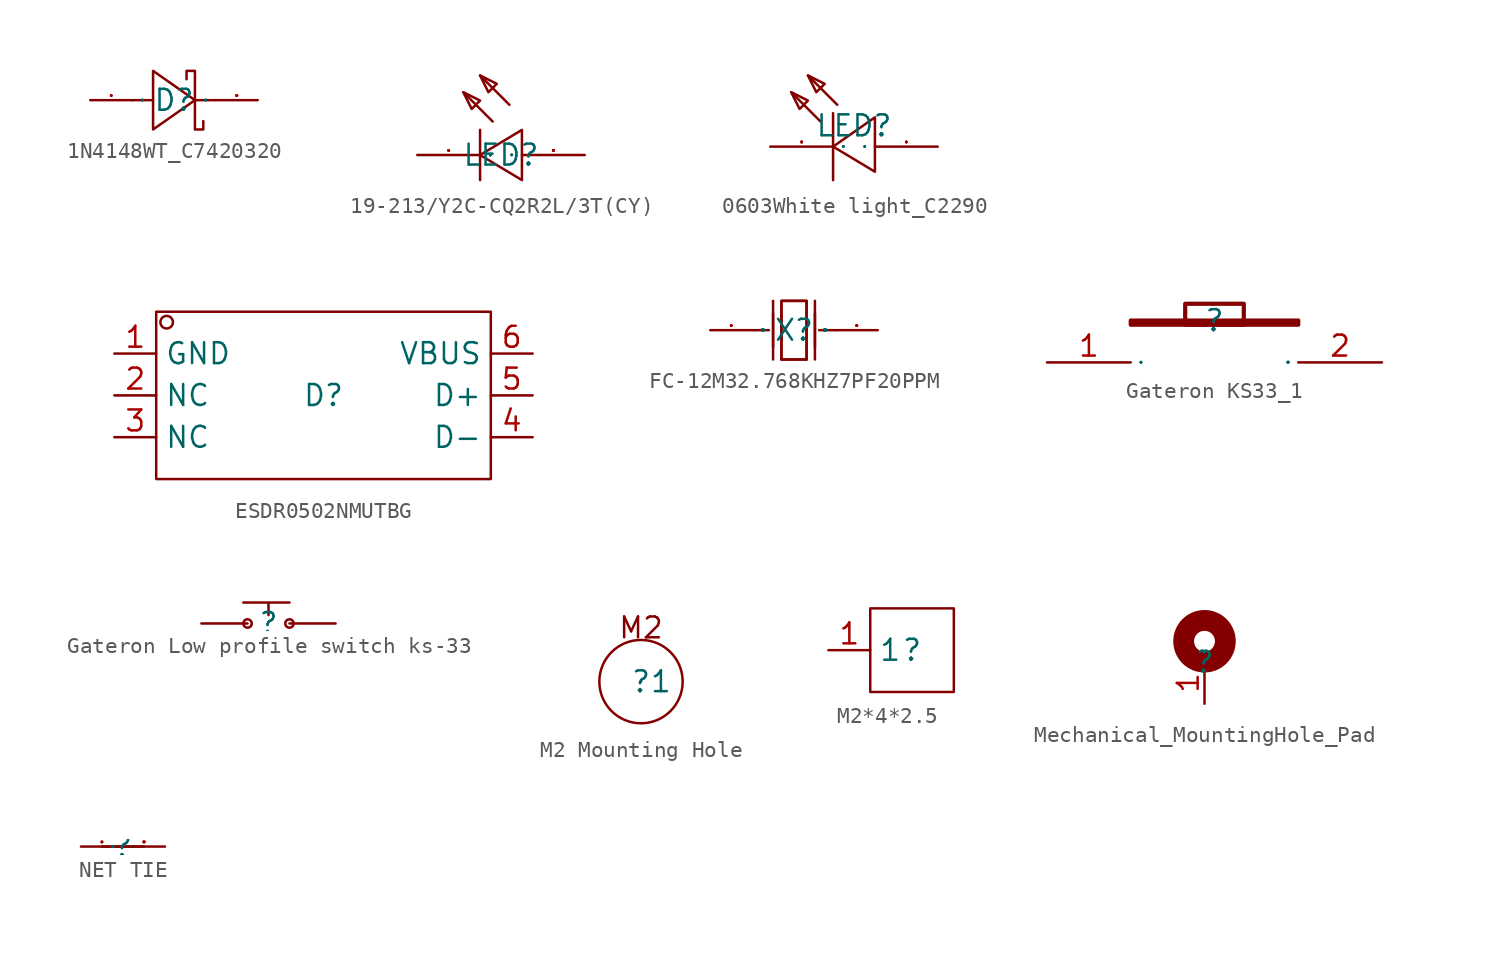
<source format=kicad_sym>
(kicad_symbol_lib
  (version 20241209)
  (generator "kicad_symbol_editor")
  (generator_version "9.0")
  (symbol "1N4148WT_C7420320"
    (property "Reference" "D"
      (at 0 0 0)
      (effects (font (size 1.27 1.27))))
    (property "Value" ""
      (at 0 0 0)
      (effects (font (size 1.27 1.27))))
    (symbol "1N4148WT_C7420320_1_0"
      (polyline (pts (xy -2.54 0) (xy -1.27 0)) (stroke (width 0) (type default)) (fill (type none)))
      (polyline (pts (xy -1.27 -1.778) (xy 1.27 0) (xy 1.27 0) (xy -1.27 1.778) (xy -1.27 1.778) (xy -1.27 -1.778)) (stroke (width 0) (type default)) (fill (type none)))
      (polyline (pts (xy 1.27 0) (xy 2.54 0)) (stroke (width 0) (type default)) (fill (type none)))
      (polyline (pts (xy 1.778 -1.27) (xy 1.778 -1.778) (xy 1.778 -1.778) (xy 1.27 -1.778) (xy 1.27 -1.778) (xy 1.27 1.778) (xy 1.27 1.778) (xy 0.762 1.778) (xy 0.762 1.778) (xy 0.762 1.27)) (stroke (width 0) (type default)) (fill (type none)))
      (pin unspecified line (at -5.08 0 0) (length 2.54) (name "A" (effects (font (size 0.025 0.025)))) (number "1" (effects (font (size 0.025 0.025)))))
      (pin unspecified line (at 5.08 0 180) (length 2.54) (name "K" (effects (font (size 0.025 0.025)))) (number "2" (effects (font (size 0.025 0.025)))))))
  (symbol "19-213/Y2C-CQ2R2L/3T(CY)"
    (property "Reference" "LED"
      (at 0 0 0)
      (effects (font (size 1.27 1.27))))
    (property "Value" ""
      (at 0 0 0)
      (effects (font (size 1.27 1.27))))
    (symbol "19-213/Y2C-CQ2R2L/3T(CY)_1_0"
      (polyline (pts (xy -2.286 3.81) (xy -1.27 3.302) (xy -1.27 3.302) (xy -1.778 2.794) (xy -1.778 2.794) (xy -2.286 3.81)) (stroke (width 0) (type default)) (fill (type none)))
      (polyline (pts (xy -1.27 4.826) (xy -0.254 4.318) (xy -0.254 4.318) (xy -0.762 3.81) (xy -0.762 3.81) (xy -1.27 4.826)) (stroke (width 0) (type default)) (fill (type none)))
      (polyline (pts (xy -1.27 1.524) (xy -1.27 -1.524)) (stroke (width 0) (type default)) (fill (type none)))
      (polyline (pts (xy -0.508 2.032) (xy -2.286 3.81)) (stroke (width 0) (type default)) (fill (type none)))
      (polyline (pts (xy 0.508 3.048) (xy -1.27 4.826)) (stroke (width 0) (type default)) (fill (type none)))
      (polyline (pts (xy 1.27 -1.524) (xy -1.27 0) (xy -1.27 0) (xy 1.27 1.524) (xy 1.27 1.524) (xy 1.27 -1.524)) (stroke (width 0) (type default)) (fill (type none)))
      (pin input line (at -5.08 0 0) (length 3.81) (name "C" (effects (font (size 0.025 0.025)))) (number "1" (effects (font (size 0.025 0.025)))))
      (pin input line (at 5.08 0 180) (length 3.81) (name "A" (effects (font (size 0.025 0.025)))) (number "2" (effects (font (size 0.025 0.025)))))))
  (symbol "0603White light_C2290"
    (property "Reference" "LED"
      (at 0 0 0)
      (effects (font (size 1.27 1.27))))
    (property "Value" ""
      (at 0 0 0)
      (effects (font (size 1.27 1.27))))
    (symbol "0603White light_C2290_1_0"
      (polyline (pts (xy -3.81 2.032) (xy -2.794 1.524) (xy -2.794 1.524) (xy -3.302 1.016) (xy -3.302 1.016) (xy -3.81 2.032)) (stroke (width 0) (type default)) (fill (type none)))
      (polyline (pts (xy -2.794 3.048) (xy -1.778 2.54) (xy -1.778 2.54) (xy -2.286 2.032) (xy -2.286 2.032) (xy -2.794 3.048)) (stroke (width 0) (type default)) (fill (type none)))
      (polyline (pts (xy -2.032 0.254) (xy -3.81 2.032)) (stroke (width 0) (type default)) (fill (type none)))
      (polyline (pts (xy -1.27 0.762) (xy -1.27 -3.302)) (stroke (width 0) (type default)) (fill (type none)))
      (polyline (pts (xy -1.016 1.27) (xy -2.794 3.048)) (stroke (width 0) (type default)) (fill (type none)))
      (polyline (pts (xy 1.27 -2.794) (xy -1.27 -1.27) (xy -1.27 -1.27) (xy 1.27 0.508) (xy 1.27 0.508) (xy 1.27 -2.794)) (stroke (width 0) (type default)) (fill (type none)))
      (pin unspecified line (at -5.08 -1.27 0) (length 3.81) (name "K" (effects (font (size 0.025 0.025)))) (number "2" (effects (font (size 0.025 0.025)))))
      (pin unspecified line (at 5.08 -1.27 180) (length 3.81) (name "A" (effects (font (size 0.025 0.025)))) (number "1" (effects (font (size 0.025 0.025)))))))
  (symbol "ESDR0502NMUTBG"
    (property "Reference" "D"
      (at 0 0 0)
      (effects (font (size 1.27 1.27))))
    (property "Value" ""
      (at 0 0 0)
      (effects (font (size 1.27 1.27))))
    (symbol "ESDR0502NMUTBG_1_0"
      (rectangle (start -10.16 -5.08) (end 10.16 5.08) (stroke (width 0) (type default)) (fill (type none)))
      (circle (center -9.525 4.445) (radius 0.381) (stroke (width 0) (type default)) (fill (type none)))
      (pin input line (at -12.7 2.54 0) (length 2.54) (name "GND" (effects (font (size 1.27 1.27)))) (number "1" (effects (font (size 1.27 1.27)))))
      (pin input line (at -12.7 0 0) (length 2.54) (name "NC" (effects (font (size 1.27 1.27)))) (number "2" (effects (font (size 1.27 1.27)))))
      (pin input line (at -12.7 -2.54 0) (length 2.54) (name "NC" (effects (font (size 1.27 1.27)))) (number "3" (effects (font (size 1.27 1.27)))))
      (pin input line (at 12.7 2.54 180) (length 2.54) (name "VBUS" (effects (font (size 1.27 1.27)))) (number "6" (effects (font (size 1.27 1.27)))))
      (pin input line (at 12.7 0 180) (length 2.54) (name "D+" (effects (font (size 1.27 1.27)))) (number "5" (effects (font (size 1.27 1.27)))))
      (pin input line (at 12.7 -2.54 180) (length 2.54) (name "D-" (effects (font (size 1.27 1.27)))) (number "4" (effects (font (size 1.27 1.27)))))))
  (symbol "FC-12M32.768KHZ7PF20PPM"
    (property "Reference" "X"
      (at 0 0 0)
      (effects (font (size 1.27 1.27))))
    (symbol "FC-12M32.768KHZ7PF20PPM_1_0"
      (polyline (pts (xy -2.54 0) (xy -1.524 0)) (stroke (width 0) (type default)) (fill (type none)))
      (polyline (pts (xy -1.27 -1.016) (xy -1.27 1.016)) (stroke (width 0) (type default)) (fill (type none)))
      (polyline (pts (xy -1.27 -1.778) (xy -1.27 1.778)) (stroke (width 0) (type default)) (fill (type none)))
      (polyline (pts (xy -0.762 -1.778) (xy -0.762 1.778) (xy -0.762 1.778) (xy 0.762 1.778) (xy 0.762 1.778) (xy 0.762 -1.778)) (stroke (width 0) (type default)) (fill (type none)))
      (polyline (pts (xy 0.762 1.778) (xy 0.762 -1.778) (xy 0.762 -1.778) (xy -0.762 -1.778) (xy -0.762 -1.778) (xy -0.762 1.778) (xy -0.762 1.778) (xy 0.762 1.778)) (stroke (width 0) (type default)) (fill (type none)))
      (polyline (pts (xy 0.762 -1.778) (xy -0.762 -1.778)) (stroke (width 0) (type default)) (fill (type none)))
      (polyline (pts (xy 1.27 -1.016) (xy 1.27 1.016)) (stroke (width 0) (type default)) (fill (type none)))
      (polyline (pts (xy 1.27 -1.778) (xy 1.27 1.778)) (stroke (width 0) (type default)) (fill (type none)))
      (polyline (pts (xy 2.54 0) (xy 1.524 0)) (stroke (width 0) (type default)) (fill (type none)))
      (pin input line (at -5.08 0 0) (length 2.54) (name "OSC1" (effects (font (size 0.025 0.025)))) (number "1" (effects (font (size 0.025 0.025)))))
      (pin input line (at 5.08 0 180) (length 2.54) (name "OSC2" (effects (font (size 0.025 0.025)))) (number "2" (effects (font (size 0.025 0.025)))))))
  (symbol "Gateron KS33_1"
    (property "Reference" ""
      (at 0 0 0)
      (effects (font (size 1.27 1.27))))
    (property "Value" ""
      (at 0 0 0)
      (effects (font (size 1.27 1.27))))
    (symbol "Gateron KS33_1_1_0"
      (rectangle (start -5.08 0) (end 5.08 -0.254) (stroke (width 0.254) (type default)) (fill (type none)))
      (rectangle (start -1.778 1.016) (end 1.778 -0.254) (stroke (width 0.254) (type default)) (fill (type none)))
      (pin unspecified line (at -10.16 -2.54 0) (length 5.08) (name "1" (effects (font (size 0.025 0.025)))) (number "1" (effects (font (size 1.27 1.27)))))
      (pin unspecified line (at 10.16 -2.54 180) (length 5.08) (name "2" (effects (font (size 0.025 0.025)))) (number "2" (effects (font (size 1.27 1.27)))))))
  (symbol "Gateron Low profile switch ks-33"
    (property "Reference" ""
      (at 0 0 0)
      (effects (font (size 1.27 1.27))))
    (property "Value" ""
      (at 0 0 0)
      (effects (font (size 1.27 1.27))))
    (symbol "Gateron Low profile switch ks-33_1_0"
      (circle (center -1.27 0) (radius 0.254) (stroke (width 0) (type default)) (fill (type none)))
      (polyline (pts (xy -1.27 0) (xy -4.064 0)) (stroke (width 0) (type default)) (fill (type none)))
      (polyline (pts (xy 0 0.508) (xy 0 1.27) (xy -1.524 1.27) (xy 1.27 1.27)) (stroke (width 0) (type default)) (fill (type none)))
      (polyline (pts (xy 1.27 0) (xy 4.064 0)) (stroke (width 0) (type default)) (fill (type none)))
      (circle (center 1.27 0) (radius 0.254) (stroke (width 0) (type default)) (fill (type none)))))
  (symbol "M2 Mounting Hole"
    (property "Reference" ""
      (at 0 0 0)
      (effects (font (size 1.27 1.27))))
    (property "Value" ""
      (at 0 0 0)
      (effects (font (size 1.27 1.27))))
    (symbol "M2 Mounting Hole_1_0"
      (circle (center 0 0) (radius 2.54) (stroke (width 0) (type default)) (fill (type none)))
      (text "M2" (at 0 2.54 0) (effects (font (size 1.27 1.27)) (justify bottom)))
      (pin input line (at 0 0 0) (length 0) (name "1" (effects (font (size 1.27 1.27)))) (number "1" (effects (font (size 0 0)))))))
  (symbol "M2*4*2.5"
    (property "Reference" ""
      (at 0 0 0)
      (effects (font (size 1.27 1.27))))
    (property "Value" ""
      (at 0 0 0)
      (effects (font (size 1.27 1.27))))
    (symbol "M2*4*2.5_1_0"
      (rectangle (start -2.54 2.54) (end 2.54 -2.54) (stroke (width 0) (type default)) (fill (type none)))
      (pin unspecified line (at -5.08 0 0) (length 2.54) (name "1" (effects (font (size 1.27 1.27)))) (number "1" (effects (font (size 1.27 1.27)))))))
  (symbol "Mechanical_MountingHole_Pad"
    (property "Reference" ""
      (at 0 0 0)
      (effects (font (size 1.27 1.27))))
    (property "Value" ""
      (at 0 0 0)
      (effects (font (size 1.27 1.27))))
    (symbol "Mechanical_MountingHole_Pad_1_0"
      (circle (center 0 1.27) (radius 1.27) (stroke (width 1.27) (type default)) (fill (type none)))
      (pin input line (at 0 -2.54 90) (length 2.54) (name "1" (effects (font (size 0.025 0.025)))) (number "1" (effects (font (size 1.27 1.27)))))))
  (symbol "NET TIE"
    (property "Reference" ""
      (at 0 0 0)
      (effects (font (size 1.27 1.27))))
    (property "Value" ""
      (at 0 0 0)
      (effects (font (size 1.27 1.27))))
    (symbol "NET TIE_1_0"
      (polyline (pts (xy -1.27 0) (xy 1.27 0)) (stroke (width 0) (type default)) (fill (type none)))
      (pin input line (at -2.54 0 0) (length 2.54) (name "1" (effects (font (size 0.025 0.025)))) (number "1" (effects (font (size 0.025 0.025)))))
      (pin input line (at 2.54 0 180) (length 2.54) (name "2" (effects (font (size 0.025 0.025)))) (number "2" (effects (font (size 0.025 0.025))))))))
</source>
